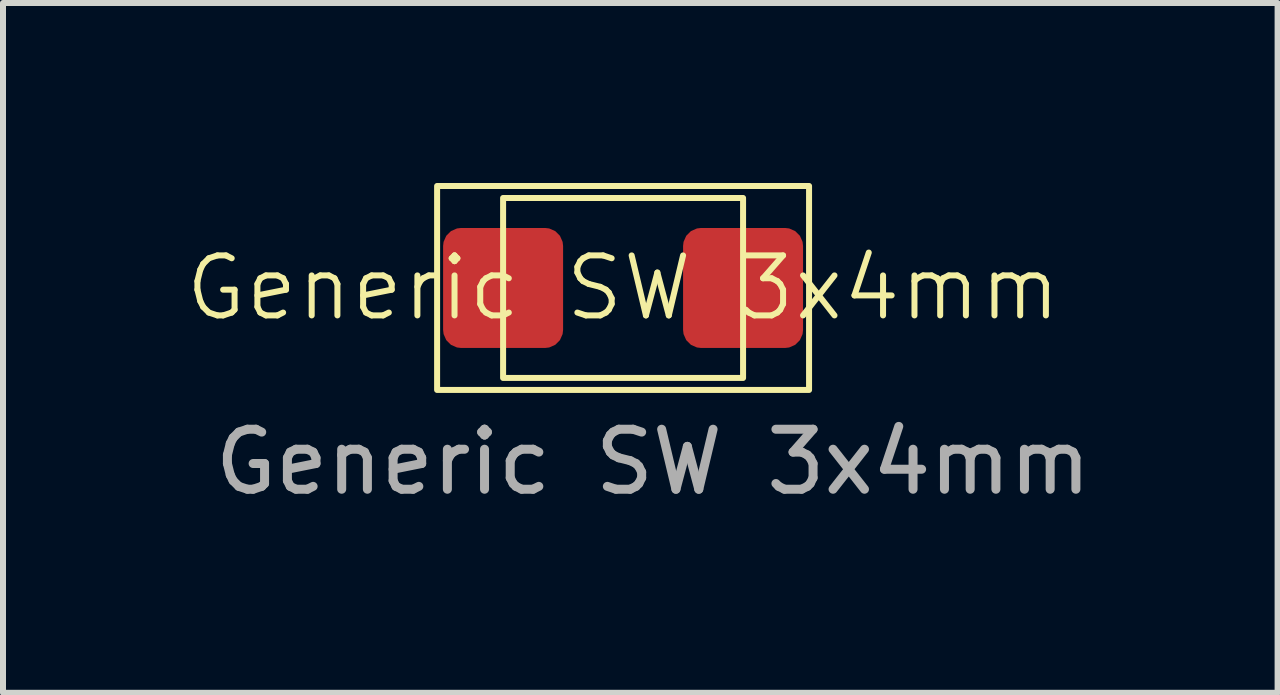
<source format=kicad_pcb>
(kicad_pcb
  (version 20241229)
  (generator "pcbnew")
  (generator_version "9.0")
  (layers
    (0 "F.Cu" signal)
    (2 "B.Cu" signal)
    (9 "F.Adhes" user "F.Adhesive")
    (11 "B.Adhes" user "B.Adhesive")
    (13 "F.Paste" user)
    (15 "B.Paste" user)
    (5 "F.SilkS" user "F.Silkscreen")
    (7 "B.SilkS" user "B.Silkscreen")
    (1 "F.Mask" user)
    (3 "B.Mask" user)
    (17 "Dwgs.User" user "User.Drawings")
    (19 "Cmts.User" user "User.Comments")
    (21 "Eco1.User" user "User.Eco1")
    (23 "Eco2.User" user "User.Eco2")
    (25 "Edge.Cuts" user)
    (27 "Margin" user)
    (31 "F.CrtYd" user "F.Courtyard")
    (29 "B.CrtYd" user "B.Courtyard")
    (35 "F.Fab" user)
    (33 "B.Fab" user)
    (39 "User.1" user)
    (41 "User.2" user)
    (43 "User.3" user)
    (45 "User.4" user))
  (footprint "Generic SW 3x4mm"
    (layer "F.Cu")
    (at 7.136 1.85)
    (property "Reference" "Generic SW 3x4mm" (at 0.2 -0.1 0) (unlocked yes) (layer "F.SilkS") (effects (font (size 1 1) (thickness 0.1))))
    (attr smd)
    (fp_rect (start -2.9 -1.8) (end 3.3 1.6) (stroke (width 0.1) (type default)) (fill no) (layer "F.SilkS"))
    (fp_rect (start -1.8 -1.6) (end 2.2 1.4) (stroke (width 0.1) (type default)) (fill no) (layer "F.SilkS"))
    (fp_text user "${REFERENCE}" (at 0.7 2.8 0) (unlocked yes) (layer "F.Fab") (effects (font (size 1 1) (thickness 0.15))))
    (pad "1" smd roundrect (at 2.2 -0.1 90) (size 2 2) (layers "F.Cu" "F.Mask" "F.Paste") (roundrect_rratio 0.15))
    (pad "2" smd roundrect (at -1.8 -0.1 90) (size 2 2) (layers "F.Cu" "F.Mask" "F.Paste") (roundrect_rratio 0.15)))
  (gr_rect
    (start -3 -3)
    (end 18.246 8.498)
    (stroke (width 0.1) (type default))
    (fill no)
    (layer "Edge.Cuts")))
</source>
